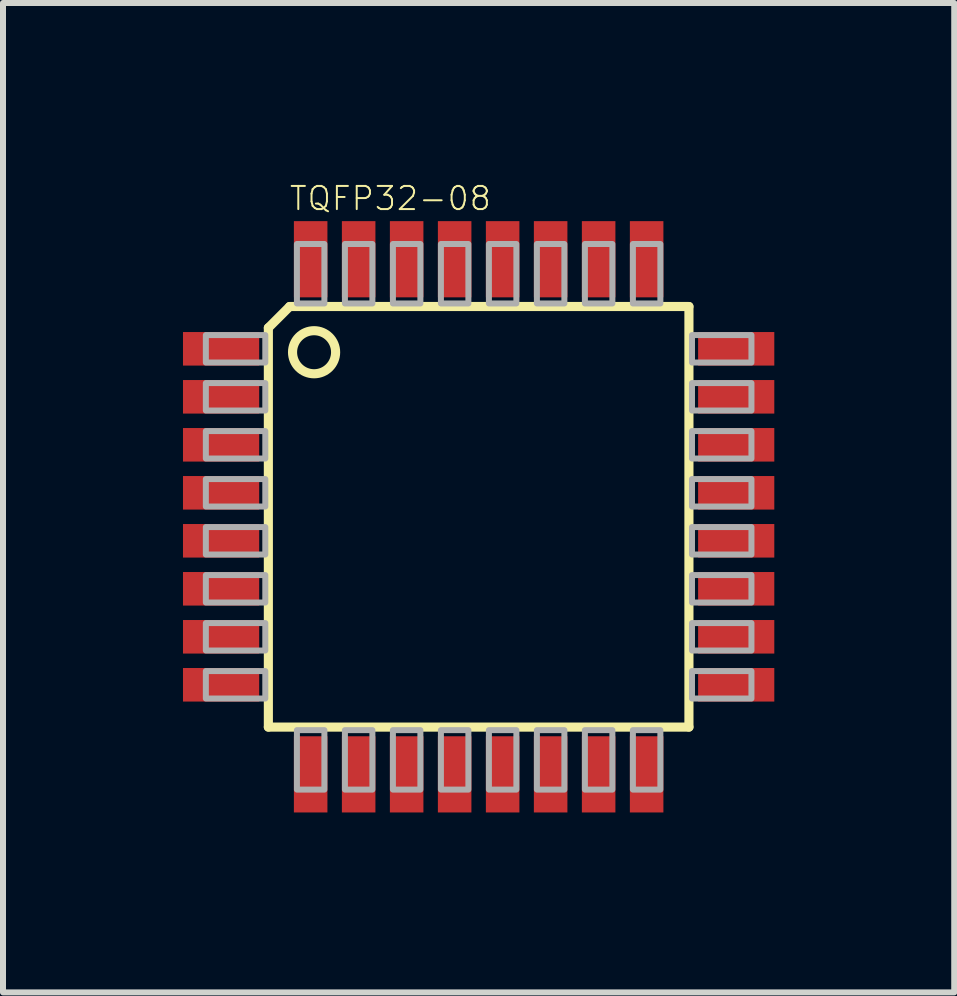
<source format=kicad_pcb>
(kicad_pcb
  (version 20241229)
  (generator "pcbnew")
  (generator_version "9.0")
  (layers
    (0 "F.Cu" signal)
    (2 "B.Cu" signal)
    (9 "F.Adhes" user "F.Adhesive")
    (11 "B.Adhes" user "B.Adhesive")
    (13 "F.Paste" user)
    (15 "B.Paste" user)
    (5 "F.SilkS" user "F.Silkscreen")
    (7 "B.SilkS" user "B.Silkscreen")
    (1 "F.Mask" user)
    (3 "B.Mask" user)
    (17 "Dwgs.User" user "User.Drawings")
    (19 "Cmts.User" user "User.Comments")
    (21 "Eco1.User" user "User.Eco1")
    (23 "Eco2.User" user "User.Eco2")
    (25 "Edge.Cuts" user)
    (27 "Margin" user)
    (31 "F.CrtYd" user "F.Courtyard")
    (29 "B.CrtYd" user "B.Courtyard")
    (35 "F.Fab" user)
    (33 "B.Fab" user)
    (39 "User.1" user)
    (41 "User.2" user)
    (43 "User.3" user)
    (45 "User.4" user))
  (footprint "TQFP32-08"
    (layer "F.Cu")
    (at 4.928 5.564)
    (property "Reference" "TQFP32-08" (at -3.175 -5.08 0) (layer "F.SilkS") (effects (font (size 0.386 0.386) (thickness 0.033)) (justify left bottom)))
    (attr through_hole)
    (fp_line (start -3.505 3.505) (end -3.505 -3.15) (stroke (width 0.152) (type solid)) (layer "F.SilkS"))
    (fp_line (start -3.15 -3.505) (end -3.505 -3.15) (stroke (width 0.152) (type solid)) (layer "F.SilkS"))
    (fp_line (start -3.15 -3.505) (end 3.505 -3.505) (stroke (width 0.152) (type solid)) (layer "F.SilkS"))
    (fp_line (start 3.505 -3.505) (end 3.505 3.505) (stroke (width 0.152) (type solid)) (layer "F.SilkS"))
    (fp_line (start 3.505 3.505) (end -3.505 3.505) (stroke (width 0.152) (type solid)) (layer "F.SilkS"))
    (fp_circle (center -2.743 -2.743) (end -2.384 -2.743) (stroke (width 0.152) (type solid)) (fill no) (layer "F.SilkS"))
    (fp_poly (pts (xy -4.547 -2.571) (xy -3.556 -2.571) (xy -3.556 -3.029) (xy -4.547 -3.029)) (stroke (width 0.1) (type solid)) (fill no) (layer "F.Fab"))
    (fp_poly (pts (xy -4.547 -1.771) (xy -3.556 -1.771) (xy -3.556 -2.229) (xy -4.547 -2.229)) (stroke (width 0.1) (type solid)) (fill no) (layer "F.Fab"))
    (fp_poly (pts (xy -4.547 -0.971) (xy -3.556 -0.971) (xy -3.556 -1.429) (xy -4.547 -1.429)) (stroke (width 0.1) (type solid)) (fill no) (layer "F.Fab"))
    (fp_poly (pts (xy -4.547 -0.171) (xy -3.556 -0.171) (xy -3.556 -0.629) (xy -4.547 -0.629)) (stroke (width 0.1) (type solid)) (fill no) (layer "F.Fab"))
    (fp_poly (pts (xy -4.547 0.629) (xy -3.556 0.629) (xy -3.556 0.171) (xy -4.547 0.171)) (stroke (width 0.1) (type solid)) (fill no) (layer "F.Fab"))
    (fp_poly (pts (xy -4.547 1.429) (xy -3.556 1.429) (xy -3.556 0.971) (xy -4.547 0.971)) (stroke (width 0.1) (type solid)) (fill no) (layer "F.Fab"))
    (fp_poly (pts (xy -4.547 2.229) (xy -3.556 2.229) (xy -3.556 1.771) (xy -4.547 1.771)) (stroke (width 0.1) (type solid)) (fill no) (layer "F.Fab"))
    (fp_poly (pts (xy -4.547 3.029) (xy -3.556 3.029) (xy -3.556 2.571) (xy -4.547 2.571)) (stroke (width 0.1) (type solid)) (fill no) (layer "F.Fab"))
    (fp_poly (pts (xy -3.029 -3.556) (xy -2.571 -3.556) (xy -2.571 -4.547) (xy -3.029 -4.547)) (stroke (width 0.1) (type solid)) (fill no) (layer "F.Fab"))
    (fp_poly (pts (xy -3.029 4.547) (xy -2.571 4.547) (xy -2.571 3.556) (xy -3.029 3.556)) (stroke (width 0.1) (type solid)) (fill no) (layer "F.Fab"))
    (fp_poly (pts (xy -2.229 -3.556) (xy -1.771 -3.556) (xy -1.771 -4.547) (xy -2.229 -4.547)) (stroke (width 0.1) (type solid)) (fill no) (layer "F.Fab"))
    (fp_poly (pts (xy -2.229 4.547) (xy -1.771 4.547) (xy -1.771 3.556) (xy -2.229 3.556)) (stroke (width 0.1) (type solid)) (fill no) (layer "F.Fab"))
    (fp_poly (pts (xy -1.429 -3.556) (xy -0.971 -3.556) (xy -0.971 -4.547) (xy -1.429 -4.547)) (stroke (width 0.1) (type solid)) (fill no) (layer "F.Fab"))
    (fp_poly (pts (xy -1.429 4.547) (xy -0.971 4.547) (xy -0.971 3.556) (xy -1.429 3.556)) (stroke (width 0.1) (type solid)) (fill no) (layer "F.Fab"))
    (fp_poly (pts (xy -0.629 -3.556) (xy -0.171 -3.556) (xy -0.171 -4.547) (xy -0.629 -4.547)) (stroke (width 0.1) (type solid)) (fill no) (layer "F.Fab"))
    (fp_poly (pts (xy -0.629 4.547) (xy -0.171 4.547) (xy -0.171 3.556) (xy -0.629 3.556)) (stroke (width 0.1) (type solid)) (fill no) (layer "F.Fab"))
    (fp_poly (pts (xy 0.171 -3.556) (xy 0.629 -3.556) (xy 0.629 -4.547) (xy 0.171 -4.547)) (stroke (width 0.1) (type solid)) (fill no) (layer "F.Fab"))
    (fp_poly (pts (xy 0.171 4.547) (xy 0.629 4.547) (xy 0.629 3.556) (xy 0.171 3.556)) (stroke (width 0.1) (type solid)) (fill no) (layer "F.Fab"))
    (fp_poly (pts (xy 0.971 -3.556) (xy 1.429 -3.556) (xy 1.429 -4.547) (xy 0.971 -4.547)) (stroke (width 0.1) (type solid)) (fill no) (layer "F.Fab"))
    (fp_poly (pts (xy 0.971 4.547) (xy 1.429 4.547) (xy 1.429 3.556) (xy 0.971 3.556)) (stroke (width 0.1) (type solid)) (fill no) (layer "F.Fab"))
    (fp_poly (pts (xy 1.771 -3.556) (xy 2.229 -3.556) (xy 2.229 -4.547) (xy 1.771 -4.547)) (stroke (width 0.1) (type solid)) (fill no) (layer "F.Fab"))
    (fp_poly (pts (xy 1.771 4.547) (xy 2.229 4.547) (xy 2.229 3.556) (xy 1.771 3.556)) (stroke (width 0.1) (type solid)) (fill no) (layer "F.Fab"))
    (fp_poly (pts (xy 2.571 -3.556) (xy 3.029 -3.556) (xy 3.029 -4.547) (xy 2.571 -4.547)) (stroke (width 0.1) (type solid)) (fill no) (layer "F.Fab"))
    (fp_poly (pts (xy 2.571 4.547) (xy 3.029 4.547) (xy 3.029 3.556) (xy 2.571 3.556)) (stroke (width 0.1) (type solid)) (fill no) (layer "F.Fab"))
    (fp_poly (pts (xy 3.556 -2.571) (xy 4.547 -2.571) (xy 4.547 -3.029) (xy 3.556 -3.029)) (stroke (width 0.1) (type solid)) (fill no) (layer "F.Fab"))
    (fp_poly (pts (xy 3.556 -1.771) (xy 4.547 -1.771) (xy 4.547 -2.229) (xy 3.556 -2.229)) (stroke (width 0.1) (type solid)) (fill no) (layer "F.Fab"))
    (fp_poly (pts (xy 3.556 -0.971) (xy 4.547 -0.971) (xy 4.547 -1.429) (xy 3.556 -1.429)) (stroke (width 0.1) (type solid)) (fill no) (layer "F.Fab"))
    (fp_poly (pts (xy 3.556 -0.171) (xy 4.547 -0.171) (xy 4.547 -0.629) (xy 3.556 -0.629)) (stroke (width 0.1) (type solid)) (fill no) (layer "F.Fab"))
    (fp_poly (pts (xy 3.556 0.629) (xy 4.547 0.629) (xy 4.547 0.171) (xy 3.556 0.171)) (stroke (width 0.1) (type solid)) (fill no) (layer "F.Fab"))
    (fp_poly (pts (xy 3.556 1.429) (xy 4.547 1.429) (xy 4.547 0.971) (xy 3.556 0.971)) (stroke (width 0.1) (type solid)) (fill no) (layer "F.Fab"))
    (fp_poly (pts (xy 3.556 2.229) (xy 4.547 2.229) (xy 4.547 1.771) (xy 3.556 1.771)) (stroke (width 0.1) (type solid)) (fill no) (layer "F.Fab"))
    (fp_poly (pts (xy 3.556 3.029) (xy 4.547 3.029) (xy 4.547 2.571) (xy 3.556 2.571)) (stroke (width 0.1) (type solid)) (fill no) (layer "F.Fab"))
    (pad "1" smd rect (at -4.293 -2.8) (size 1.27 0.559) (layers "F.Cu" "F.Mask" "F.Paste"))
    (pad "2" smd rect (at -4.293 -2) (size 1.27 0.559) (layers "F.Cu" "F.Mask" "F.Paste"))
    (pad "3" smd rect (at -4.293 -1.2) (size 1.27 0.559) (layers "F.Cu" "F.Mask" "F.Paste"))
    (pad "4" smd rect (at -4.293 -0.4) (size 1.27 0.559) (layers "F.Cu" "F.Mask" "F.Paste"))
    (pad "5" smd rect (at -4.293 0.4) (size 1.27 0.559) (layers "F.Cu" "F.Mask" "F.Paste"))
    (pad "6" smd rect (at -4.293 1.2) (size 1.27 0.559) (layers "F.Cu" "F.Mask" "F.Paste"))
    (pad "7" smd rect (at -4.293 2) (size 1.27 0.559) (layers "F.Cu" "F.Mask" "F.Paste"))
    (pad "8" smd rect (at -4.293 2.8) (size 1.27 0.559) (layers "F.Cu" "F.Mask" "F.Paste"))
    (pad "9" smd rect (at -2.8 4.293) (size 0.559 1.27) (layers "F.Cu" "F.Mask" "F.Paste"))
    (pad "10" smd rect (at -2 4.293) (size 0.559 1.27) (layers "F.Cu" "F.Mask" "F.Paste"))
    (pad "11" smd rect (at -1.2 4.293) (size 0.559 1.27) (layers "F.Cu" "F.Mask" "F.Paste"))
    (pad "12" smd rect (at -0.4 4.293) (size 0.559 1.27) (layers "F.Cu" "F.Mask" "F.Paste"))
    (pad "13" smd rect (at 0.4 4.293) (size 0.559 1.27) (layers "F.Cu" "F.Mask" "F.Paste"))
    (pad "14" smd rect (at 1.2 4.293) (size 0.559 1.27) (layers "F.Cu" "F.Mask" "F.Paste"))
    (pad "15" smd rect (at 2 4.293) (size 0.559 1.27) (layers "F.Cu" "F.Mask" "F.Paste"))
    (pad "16" smd rect (at 2.8 4.293) (size 0.559 1.27) (layers "F.Cu" "F.Mask" "F.Paste"))
    (pad "17" smd rect (at 4.293 2.8) (size 1.27 0.559) (layers "F.Cu" "F.Mask" "F.Paste"))
    (pad "18" smd rect (at 4.293 2) (size 1.27 0.559) (layers "F.Cu" "F.Mask" "F.Paste"))
    (pad "19" smd rect (at 4.293 1.2) (size 1.27 0.559) (layers "F.Cu" "F.Mask" "F.Paste"))
    (pad "20" smd rect (at 4.293 0.4) (size 1.27 0.559) (layers "F.Cu" "F.Mask" "F.Paste"))
    (pad "21" smd rect (at 4.293 -0.4) (size 1.27 0.559) (layers "F.Cu" "F.Mask" "F.Paste"))
    (pad "22" smd rect (at 4.293 -1.2) (size 1.27 0.559) (layers "F.Cu" "F.Mask" "F.Paste"))
    (pad "23" smd rect (at 4.293 -2) (size 1.27 0.559) (layers "F.Cu" "F.Mask" "F.Paste"))
    (pad "24" smd rect (at 4.293 -2.8) (size 1.27 0.559) (layers "F.Cu" "F.Mask" "F.Paste"))
    (pad "25" smd rect (at 2.8 -4.293) (size 0.559 1.27) (layers "F.Cu" "F.Mask" "F.Paste"))
    (pad "26" smd rect (at 2 -4.293) (size 0.559 1.27) (layers "F.Cu" "F.Mask" "F.Paste"))
    (pad "27" smd rect (at 1.2 -4.293) (size 0.559 1.27) (layers "F.Cu" "F.Mask" "F.Paste"))
    (pad "28" smd rect (at 0.4 -4.293) (size 0.559 1.27) (layers "F.Cu" "F.Mask" "F.Paste"))
    (pad "29" smd rect (at -0.4 -4.293) (size 0.559 1.27) (layers "F.Cu" "F.Mask" "F.Paste"))
    (pad "30" smd rect (at -1.2 -4.293) (size 0.559 1.27) (layers "F.Cu" "F.Mask" "F.Paste"))
    (pad "31" smd rect (at -2 -4.293) (size 0.559 1.27) (layers "F.Cu" "F.Mask" "F.Paste"))
    (pad "32" smd rect (at -2.8 -4.293) (size 0.559 1.27) (layers "F.Cu" "F.Mask" "F.Paste")))
  (gr_rect
    (start -3 -3)
    (end 12.855 13.491)
    (stroke (width 0.1) (type default))
    (fill no)
    (layer "Edge.Cuts")))
</source>
